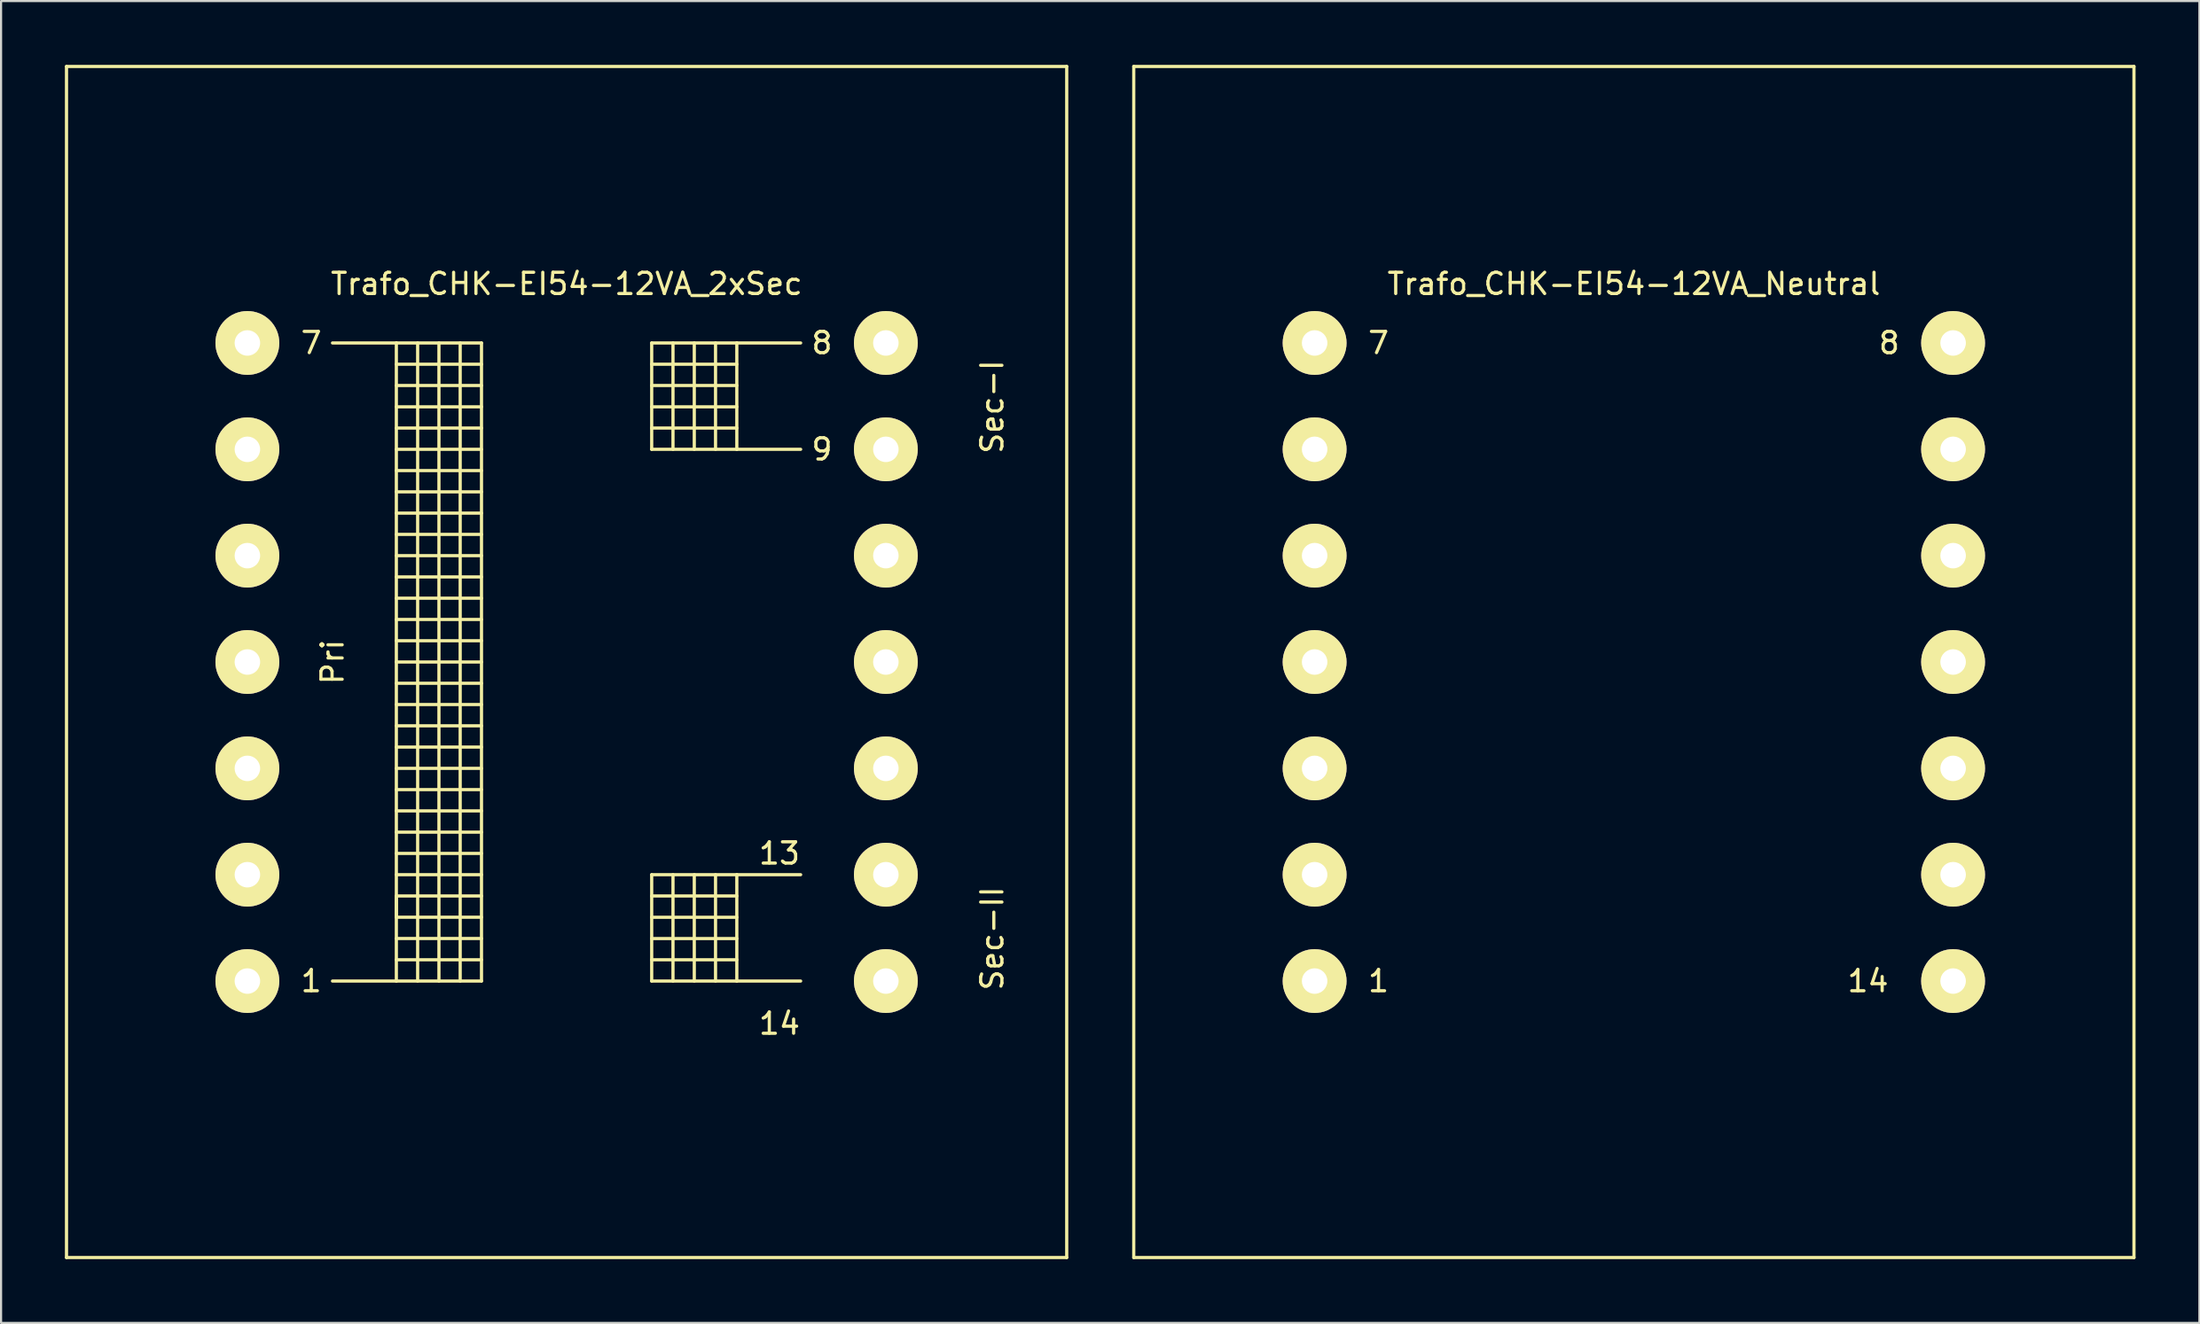
<source format=kicad_pcb>
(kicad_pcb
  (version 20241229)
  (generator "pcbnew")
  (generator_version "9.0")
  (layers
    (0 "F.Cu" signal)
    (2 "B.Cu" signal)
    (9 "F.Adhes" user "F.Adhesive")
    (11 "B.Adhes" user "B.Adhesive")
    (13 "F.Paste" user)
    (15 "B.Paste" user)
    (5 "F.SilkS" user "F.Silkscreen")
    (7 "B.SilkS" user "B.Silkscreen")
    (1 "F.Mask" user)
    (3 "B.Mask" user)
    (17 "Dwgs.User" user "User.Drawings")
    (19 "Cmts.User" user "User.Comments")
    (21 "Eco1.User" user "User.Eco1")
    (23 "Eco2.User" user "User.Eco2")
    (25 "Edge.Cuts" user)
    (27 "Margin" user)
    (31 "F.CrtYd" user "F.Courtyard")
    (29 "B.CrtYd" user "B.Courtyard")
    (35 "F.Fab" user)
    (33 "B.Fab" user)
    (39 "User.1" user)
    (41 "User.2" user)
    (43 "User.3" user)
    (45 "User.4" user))
  (footprint "Trafo_CHK-EI54-12VA_Neutral"
    (layer "F.Cu")
    (at 73.725 28.076)
    (property "Reference" "Trafo_CHK-EI54-12VA_Neutral" (at 0 -17.78 0) (layer "F.SilkS") (effects (font (size 1 1) (thickness 0.15))))
    (attr through_hole)
    (fp_line (start -23.5 -28.001) (end -23.5 28.001) (stroke (width 0.15) (type solid)) (layer "F.SilkS"))
    (fp_line (start -23.5 28.001) (end 23.5 28.001) (stroke (width 0.15) (type solid)) (layer "F.SilkS"))
    (fp_line (start 23.5 -28.001) (end -23.5 -28.001) (stroke (width 0.15) (type solid)) (layer "F.SilkS"))
    (fp_line (start 23.5 28.001) (end 23.5 -28.001) (stroke (width 0.15) (type solid)) (layer "F.SilkS"))
    (fp_text user "1" (at -11.999 15.001 0) (layer "F.SilkS") (effects (font (size 1 1) (thickness 0.15))))
    (fp_text user "14" (at 11.001 15.001 0) (layer "F.SilkS") (effects (font (size 1 1) (thickness 0.15))))
    (fp_text user "8" (at 11.999 -15.001 0) (layer "F.SilkS") (effects (font (size 1 1) (thickness 0.15))))
    (fp_text user "7" (at -11.999 -15.001 0) (layer "F.SilkS") (effects (font (size 1 1) (thickness 0.15))))
    (pad "1" thru_hole circle (at -15.001 15.001) (size 3 3) (drill 1.199) (layers "*.Cu" "*.Mask" "F.SilkS"))
    (pad "2" thru_hole circle (at -15.001 10) (size 3 3) (drill 1.199) (layers "*.Cu" "*.Mask" "F.SilkS"))
    (pad "3" thru_hole circle (at -15.001 5.001) (size 3 3) (drill 1.199) (layers "*.Cu" "*.Mask" "F.SilkS"))
    (pad "4" thru_hole circle (at -15.001 0) (size 3 3) (drill 1.199) (layers "*.Cu" "*.Mask" "F.SilkS"))
    (pad "5" thru_hole circle (at -15.001 -5.001) (size 3 3) (drill 1.199) (layers "*.Cu" "*.Mask" "F.SilkS"))
    (pad "6" thru_hole circle (at -15.001 -10) (size 3 3) (drill 1.199) (layers "*.Cu" "*.Mask" "F.SilkS"))
    (pad "7" thru_hole circle (at -15.001 -15.001) (size 3 3) (drill 1.199) (layers "*.Cu" "*.Mask" "F.SilkS"))
    (pad "8" thru_hole circle (at 15.001 -15.001) (size 3 3) (drill 1.199) (layers "*.Cu" "*.Mask" "F.SilkS"))
    (pad "9" thru_hole circle (at 15.001 -10) (size 3 3) (drill 1.199) (layers "*.Cu" "*.Mask" "F.SilkS"))
    (pad "10" thru_hole circle (at 15.001 -5.001) (size 3 3) (drill 1.199) (layers "*.Cu" "*.Mask" "F.SilkS"))
    (pad "11" thru_hole circle (at 15.001 0) (size 3 3) (drill 1.199) (layers "*.Cu" "*.Mask" "F.SilkS"))
    (pad "12" thru_hole circle (at 15.001 5.001) (size 3 3) (drill 1.199) (layers "*.Cu" "*.Mask" "F.SilkS"))
    (pad "13" thru_hole circle (at 15.001 10) (size 3 3) (drill 1.199) (layers "*.Cu" "*.Mask" "F.SilkS"))
    (pad "14" thru_hole circle (at 15.001 15.001) (size 3 3) (drill 1.199) (layers "*.Cu" "*.Mask" "F.SilkS")))
  (footprint "Trafo_CHK-EI54-12VA_2xSec"
    (layer "F.Cu")
    (at 23.575 28.076)
    (property "Reference" "Trafo_CHK-EI54-12VA_2xSec" (at 0 -17.78 0) (layer "F.SilkS") (effects (font (size 1 1) (thickness 0.15))))
    (attr through_hole)
    (fp_line (start -23.5 -28.001) (end -23.5 28.001) (stroke (width 0.15) (type solid)) (layer "F.SilkS"))
    (fp_line (start -23.5 28.001) (end 23.5 28.001) (stroke (width 0.15) (type solid)) (layer "F.SilkS"))
    (fp_line (start -11.001 -15.001) (end -8.001 -15.001) (stroke (width 0.15) (type solid)) (layer "F.SilkS"))
    (fp_line (start -8.001 -15.001) (end -8.001 15.001) (stroke (width 0.15) (type solid)) (layer "F.SilkS"))
    (fp_line (start -8.001 -15.001) (end -4 -15.001) (stroke (width 0.15) (type solid)) (layer "F.SilkS"))
    (fp_line (start -8.001 -14) (end -4 -14) (stroke (width 0.15) (type solid)) (layer "F.SilkS"))
    (fp_line (start -8.001 -11.999) (end -4 -11.999) (stroke (width 0.15) (type solid)) (layer "F.SilkS"))
    (fp_line (start -8.001 -10) (end -4 -10) (stroke (width 0.15) (type solid)) (layer "F.SilkS"))
    (fp_line (start -8.001 -8.001) (end -4 -8.001) (stroke (width 0.15) (type solid)) (layer "F.SilkS"))
    (fp_line (start -8.001 -5.999) (end -4 -5.999) (stroke (width 0.15) (type solid)) (layer "F.SilkS"))
    (fp_line (start -8.001 -4) (end -4 -4) (stroke (width 0.15) (type solid)) (layer "F.SilkS"))
    (fp_line (start -8.001 -1.999) (end -4 -1.999) (stroke (width 0.15) (type solid)) (layer "F.SilkS"))
    (fp_line (start -8.001 0) (end -4 0) (stroke (width 0.15) (type solid)) (layer "F.SilkS"))
    (fp_line (start -8.001 1.999) (end -4 1.999) (stroke (width 0.15) (type solid)) (layer "F.SilkS"))
    (fp_line (start -8.001 4) (end -4 4) (stroke (width 0.15) (type solid)) (layer "F.SilkS"))
    (fp_line (start -8.001 5.999) (end -4 5.999) (stroke (width 0.15) (type solid)) (layer "F.SilkS"))
    (fp_line (start -8.001 8.001) (end -4 8.001) (stroke (width 0.15) (type solid)) (layer "F.SilkS"))
    (fp_line (start -8.001 10) (end -4 10) (stroke (width 0.15) (type solid)) (layer "F.SilkS"))
    (fp_line (start -8.001 11.001) (end -8.001 11.999) (stroke (width 0.15) (type solid)) (layer "F.SilkS"))
    (fp_line (start -8.001 11.999) (end -4 11.999) (stroke (width 0.15) (type solid)) (layer "F.SilkS"))
    (fp_line (start -8.001 14) (end -4 14) (stroke (width 0.15) (type solid)) (layer "F.SilkS"))
    (fp_line (start -8.001 15.001) (end -11.001 15.001) (stroke (width 0.15) (type solid)) (layer "F.SilkS"))
    (fp_line (start -7 -15.001) (end -7 15.001) (stroke (width 0.15) (type solid)) (layer "F.SilkS"))
    (fp_line (start -5.999 -15.001) (end -5.999 15.001) (stroke (width 0.15) (type solid)) (layer "F.SilkS"))
    (fp_line (start -5.001 3) (end -8.001 3) (stroke (width 0.15) (type solid)) (layer "F.SilkS"))
    (fp_line (start -5.001 3) (end -4 3) (stroke (width 0.15) (type solid)) (layer "F.SilkS"))
    (fp_line (start -5.001 15.001) (end -5.001 -15.001) (stroke (width 0.15) (type solid)) (layer "F.SilkS"))
    (fp_line (start -4 -15.001) (end -4 15.001) (stroke (width 0.15) (type solid)) (layer "F.SilkS"))
    (fp_line (start -4 -13) (end -8.001 -13) (stroke (width 0.15) (type solid)) (layer "F.SilkS"))
    (fp_line (start -4 -11.001) (end -8.001 -11.001) (stroke (width 0.15) (type solid)) (layer "F.SilkS"))
    (fp_line (start -4 -8.999) (end -8.001 -8.999) (stroke (width 0.15) (type solid)) (layer "F.SilkS"))
    (fp_line (start -4 -7) (end -8.001 -7) (stroke (width 0.15) (type solid)) (layer "F.SilkS"))
    (fp_line (start -4 -5.001) (end -8.001 -5.001) (stroke (width 0.15) (type solid)) (layer "F.SilkS"))
    (fp_line (start -4 -3) (end -8.001 -3) (stroke (width 0.15) (type solid)) (layer "F.SilkS"))
    (fp_line (start -4 -1.001) (end -8.001 -1.001) (stroke (width 0.15) (type solid)) (layer "F.SilkS"))
    (fp_line (start -4 1.001) (end -8.001 1.001) (stroke (width 0.15) (type solid)) (layer "F.SilkS"))
    (fp_line (start -4 5.001) (end -8.001 5.001) (stroke (width 0.15) (type solid)) (layer "F.SilkS"))
    (fp_line (start -4 7) (end -8.001 7) (stroke (width 0.15) (type solid)) (layer "F.SilkS"))
    (fp_line (start -4 8.999) (end -8.001 8.999) (stroke (width 0.15) (type solid)) (layer "F.SilkS"))
    (fp_line (start -4 11.001) (end -8.001 11.001) (stroke (width 0.15) (type solid)) (layer "F.SilkS"))
    (fp_line (start -4 13) (end -8.001 13) (stroke (width 0.15) (type solid)) (layer "F.SilkS"))
    (fp_line (start -4 15.001) (end -8.001 15.001) (stroke (width 0.15) (type solid)) (layer "F.SilkS"))
    (fp_line (start 3.998 -15.001) (end 3.998 -10) (stroke (width 0.15) (type solid)) (layer "F.SilkS"))
    (fp_line (start 3.998 -14) (end 7.998 -14) (stroke (width 0.15) (type solid)) (layer "F.SilkS"))
    (fp_line (start 3.998 -11.999) (end 7.998 -11.999) (stroke (width 0.15) (type solid)) (layer "F.SilkS"))
    (fp_line (start 3.998 -10) (end 7.998 -10) (stroke (width 0.15) (type solid)) (layer "F.SilkS"))
    (fp_line (start 3.998 10) (end 3.998 15.001) (stroke (width 0.15) (type solid)) (layer "F.SilkS"))
    (fp_line (start 3.998 11.001) (end 7.998 11.001) (stroke (width 0.15) (type solid)) (layer "F.SilkS"))
    (fp_line (start 3.998 13.002) (end 7.998 13.002) (stroke (width 0.15) (type solid)) (layer "F.SilkS"))
    (fp_line (start 3.998 15.001) (end 7.998 15.001) (stroke (width 0.15) (type solid)) (layer "F.SilkS"))
    (fp_line (start 4.999 -15.001) (end 4.999 -10) (stroke (width 0.15) (type solid)) (layer "F.SilkS"))
    (fp_line (start 4.999 10) (end 4.999 15.001) (stroke (width 0.15) (type solid)) (layer "F.SilkS"))
    (fp_line (start 5.999 -15.001) (end 5.999 -10) (stroke (width 0.15) (type solid)) (layer "F.SilkS"))
    (fp_line (start 5.999 10) (end 5.999 15.001) (stroke (width 0.15) (type solid)) (layer "F.SilkS"))
    (fp_line (start 6.998 -15.001) (end 6.998 -10) (stroke (width 0.15) (type solid)) (layer "F.SilkS"))
    (fp_line (start 6.998 10) (end 6.998 15.001) (stroke (width 0.15) (type solid)) (layer "F.SilkS"))
    (fp_line (start 7.998 -15.001) (end 3.998 -15.001) (stroke (width 0.15) (type solid)) (layer "F.SilkS"))
    (fp_line (start 7.998 -15.001) (end 7.998 -10) (stroke (width 0.15) (type solid)) (layer "F.SilkS"))
    (fp_line (start 7.998 -13) (end 3.998 -13) (stroke (width 0.15) (type solid)) (layer "F.SilkS"))
    (fp_line (start 7.998 -11.001) (end 3.998 -11.001) (stroke (width 0.15) (type solid)) (layer "F.SilkS"))
    (fp_line (start 7.998 -10) (end 10.998 -10) (stroke (width 0.15) (type solid)) (layer "F.SilkS"))
    (fp_line (start 7.998 10) (end 3.998 10) (stroke (width 0.15) (type solid)) (layer "F.SilkS"))
    (fp_line (start 7.998 10) (end 7.998 15.001) (stroke (width 0.15) (type solid)) (layer "F.SilkS"))
    (fp_line (start 7.998 12.002) (end 3.998 12.002) (stroke (width 0.15) (type solid)) (layer "F.SilkS"))
    (fp_line (start 7.998 14) (end 3.998 14) (stroke (width 0.15) (type solid)) (layer "F.SilkS"))
    (fp_line (start 7.998 15.001) (end 10.998 15.001) (stroke (width 0.15) (type solid)) (layer "F.SilkS"))
    (fp_line (start 10.998 -15.001) (end 7.998 -15.001) (stroke (width 0.15) (type solid)) (layer "F.SilkS"))
    (fp_line (start 10.998 10) (end 7.998 10) (stroke (width 0.15) (type solid)) (layer "F.SilkS"))
    (fp_line (start 23.5 -28.001) (end -23.5 -28.001) (stroke (width 0.15) (type solid)) (layer "F.SilkS"))
    (fp_line (start 23.5 28.001) (end 23.5 -28.001) (stroke (width 0.15) (type solid)) (layer "F.SilkS"))
    (fp_text user "13" (at 10 8.999 0) (layer "F.SilkS") (effects (font (size 1 1) (thickness 0.15))))
    (fp_text user "8" (at 11.999 -15.001 0) (layer "F.SilkS") (effects (font (size 1 1) (thickness 0.15))))
    (fp_text user "7" (at -11.999 -15.001 0) (layer "F.SilkS") (effects (font (size 1 1) (thickness 0.15))))
    (fp_text user "Sec-II" (at 20 13 90) (layer "F.SilkS") (effects (font (size 1 1) (thickness 0.15))))
    (fp_text user "Pri" (at -11.001 0 90) (layer "F.SilkS") (effects (font (size 1 1) (thickness 0.15))))
    (fp_text user "Sec-I" (at 20 -11.999 90) (layer "F.SilkS") (effects (font (size 1 1) (thickness 0.15))))
    (fp_text user "9" (at 11.999 -10 0) (layer "F.SilkS") (effects (font (size 1 1) (thickness 0.15))))
    (fp_text user "14" (at 10 17 0) (layer "F.SilkS") (effects (font (size 1 1) (thickness 0.15))))
    (fp_text user "1" (at -11.999 15.001 0) (layer "F.SilkS") (effects (font (size 1 1) (thickness 0.15))))
    (pad "1" thru_hole circle (at -15.001 15.001) (size 3 3) (drill 1.199) (layers "*.Cu" "*.Mask" "F.SilkS"))
    (pad "2" thru_hole circle (at -15.001 10) (size 3 3) (drill 1.199) (layers "*.Cu" "*.Mask" "F.SilkS"))
    (pad "3" thru_hole circle (at -15.001 5.001) (size 3 3) (drill 1.199) (layers "*.Cu" "*.Mask" "F.SilkS"))
    (pad "4" thru_hole circle (at -15.001 0) (size 3 3) (drill 1.199) (layers "*.Cu" "*.Mask" "F.SilkS"))
    (pad "5" thru_hole circle (at -15.001 -5.001) (size 3 3) (drill 1.199) (layers "*.Cu" "*.Mask" "F.SilkS"))
    (pad "6" thru_hole circle (at -15.001 -10) (size 3 3) (drill 1.199) (layers "*.Cu" "*.Mask" "F.SilkS"))
    (pad "7" thru_hole circle (at -15.001 -15.001) (size 3 3) (drill 1.199) (layers "*.Cu" "*.Mask" "F.SilkS"))
    (pad "8" thru_hole circle (at 15.001 -15.001) (size 3 3) (drill 1.199) (layers "*.Cu" "*.Mask" "F.SilkS"))
    (pad "9" thru_hole circle (at 15.001 -10) (size 3 3) (drill 1.199) (layers "*.Cu" "*.Mask" "F.SilkS"))
    (pad "10" thru_hole circle (at 15.001 -5.001) (size 3 3) (drill 1.199) (layers "*.Cu" "*.Mask" "F.SilkS"))
    (pad "11" thru_hole circle (at 15.001 0) (size 3 3) (drill 1.199) (layers "*.Cu" "*.Mask" "F.SilkS"))
    (pad "12" thru_hole circle (at 15.001 5.001) (size 3 3) (drill 1.199) (layers "*.Cu" "*.Mask" "F.SilkS"))
    (pad "13" thru_hole circle (at 15.001 10) (size 3 3) (drill 1.199) (layers "*.Cu" "*.Mask" "F.SilkS"))
    (pad "14" thru_hole circle (at 15.001 15.001) (size 3 3) (drill 1.199) (layers "*.Cu" "*.Mask" "F.SilkS")))
  (gr_rect
    (start -3 -3)
    (end 100.3 59.152)
    (stroke (width 0.1) (type default))
    (fill no)
    (layer "Edge.Cuts")))
</source>
